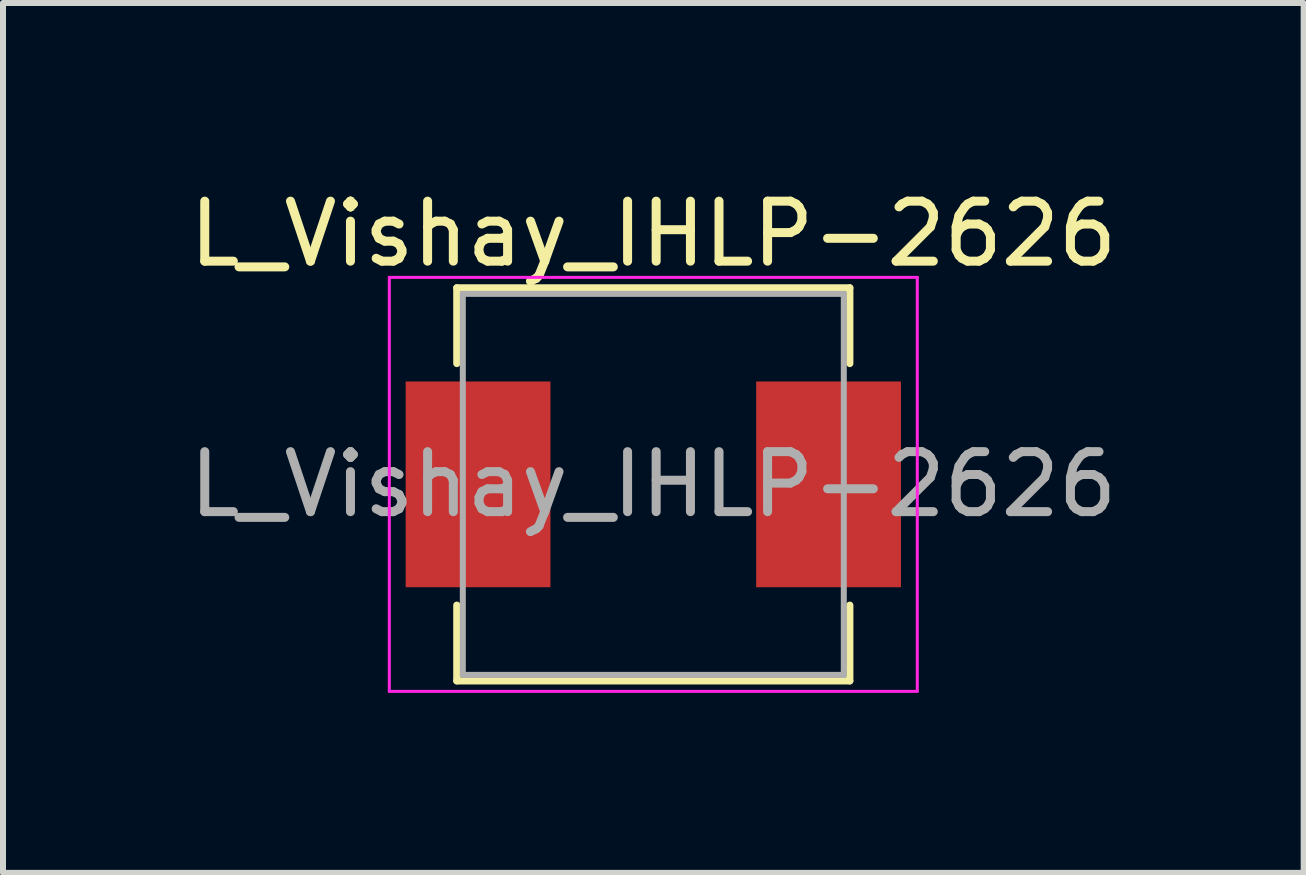
<source format=kicad_pcb>
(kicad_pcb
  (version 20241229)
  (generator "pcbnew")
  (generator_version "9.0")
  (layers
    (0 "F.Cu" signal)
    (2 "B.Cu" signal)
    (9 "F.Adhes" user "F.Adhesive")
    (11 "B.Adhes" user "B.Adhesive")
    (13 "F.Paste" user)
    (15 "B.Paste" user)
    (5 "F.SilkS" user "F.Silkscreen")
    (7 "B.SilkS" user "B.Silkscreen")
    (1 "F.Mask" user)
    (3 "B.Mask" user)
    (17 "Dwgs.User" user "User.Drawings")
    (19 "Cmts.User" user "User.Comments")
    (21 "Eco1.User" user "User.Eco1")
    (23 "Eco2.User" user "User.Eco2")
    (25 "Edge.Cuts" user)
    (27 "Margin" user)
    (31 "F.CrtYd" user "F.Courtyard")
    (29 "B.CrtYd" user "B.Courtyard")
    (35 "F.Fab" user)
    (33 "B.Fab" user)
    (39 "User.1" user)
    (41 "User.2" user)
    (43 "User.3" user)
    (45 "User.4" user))
  (footprint "L_Vishay_IHLP-2626"
    (layer "F.Cu")
    (at 7.839 5.023)
    (property "Reference" "L_Vishay_IHLP-2626" (at 0 -4.175 0) (layer "F.SilkS") (effects (font (size 1 1) (thickness 0.15))))
    (attr smd)
    (fp_line (start -3.275 -3.275) (end 3.275 -3.275) (stroke (width 0.12) (type solid)) (layer "F.SilkS"))
    (fp_line (start -3.275 -2.014) (end -3.275 -3.275) (stroke (width 0.12) (type solid)) (layer "F.SilkS"))
    (fp_line (start -3.275 2.014) (end -3.275 3.275) (stroke (width 0.12) (type solid)) (layer "F.SilkS"))
    (fp_line (start -3.275 3.275) (end 3.275 3.275) (stroke (width 0.12) (type solid)) (layer "F.SilkS"))
    (fp_line (start 3.275 -3.275) (end 3.275 -2.014) (stroke (width 0.12) (type solid)) (layer "F.SilkS"))
    (fp_line (start 3.275 3.275) (end 3.275 2.014) (stroke (width 0.12) (type solid)) (layer "F.SilkS"))
    (fp_line (start -4.4 -3.45) (end -4.4 3.45) (stroke (width 0.05) (type solid)) (layer "F.CrtYd"))
    (fp_line (start -4.4 3.45) (end 4.4 3.45) (stroke (width 0.05) (type solid)) (layer "F.CrtYd"))
    (fp_line (start 4.4 -3.45) (end -4.4 -3.45) (stroke (width 0.05) (type solid)) (layer "F.CrtYd"))
    (fp_line (start 4.4 3.45) (end 4.4 -3.45) (stroke (width 0.05) (type solid)) (layer "F.CrtYd"))
    (fp_line (start -3.175 -3.175) (end -3.175 3.175) (stroke (width 0.1) (type solid)) (layer "F.Fab"))
    (fp_line (start -3.175 3.175) (end 3.175 3.175) (stroke (width 0.1) (type solid)) (layer "F.Fab"))
    (fp_line (start 3.175 -3.175) (end -3.175 -3.175) (stroke (width 0.1) (type solid)) (layer "F.Fab"))
    (fp_line (start 3.175 3.175) (end 3.175 -3.175) (stroke (width 0.1) (type solid)) (layer "F.Fab"))
    (fp_text user "${REFERENCE}" (at 0 0 0) (layer "F.Fab") (effects (font (size 1 1) (thickness 0.15))))
    (pad "1" smd rect (at -2.921 0) (size 2.413 3.429) (layers "F.Cu" "F.Mask" "F.Paste"))
    (pad "2" smd rect (at 2.921 0) (size 2.413 3.429) (layers "F.Cu" "F.Mask" "F.Paste")))
  (gr_rect
    (start -3 -3)
    (end 18.679 11.498)
    (stroke (width 0.1) (type default))
    (fill no)
    (layer "Edge.Cuts")))
</source>
